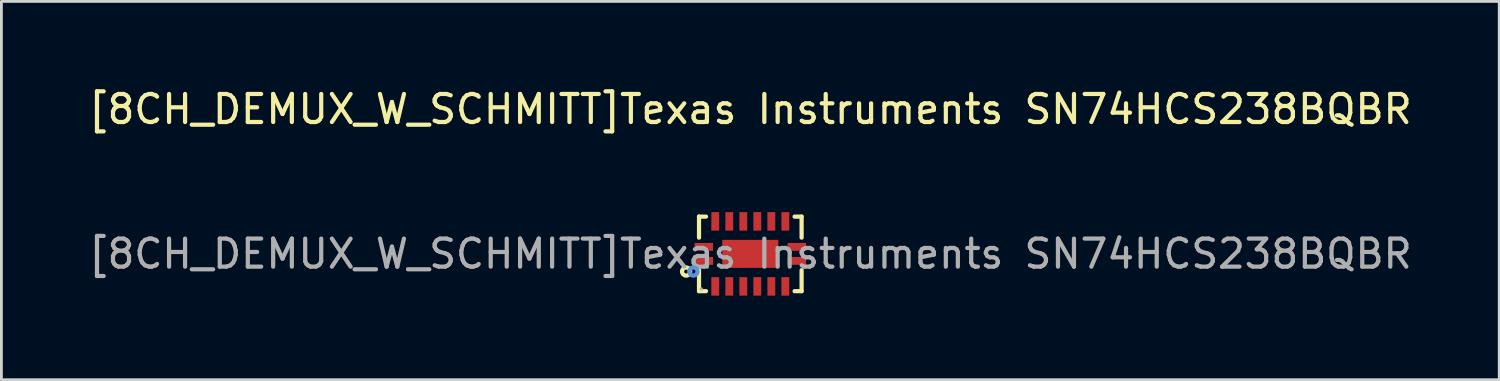
<source format=kicad_pcb>
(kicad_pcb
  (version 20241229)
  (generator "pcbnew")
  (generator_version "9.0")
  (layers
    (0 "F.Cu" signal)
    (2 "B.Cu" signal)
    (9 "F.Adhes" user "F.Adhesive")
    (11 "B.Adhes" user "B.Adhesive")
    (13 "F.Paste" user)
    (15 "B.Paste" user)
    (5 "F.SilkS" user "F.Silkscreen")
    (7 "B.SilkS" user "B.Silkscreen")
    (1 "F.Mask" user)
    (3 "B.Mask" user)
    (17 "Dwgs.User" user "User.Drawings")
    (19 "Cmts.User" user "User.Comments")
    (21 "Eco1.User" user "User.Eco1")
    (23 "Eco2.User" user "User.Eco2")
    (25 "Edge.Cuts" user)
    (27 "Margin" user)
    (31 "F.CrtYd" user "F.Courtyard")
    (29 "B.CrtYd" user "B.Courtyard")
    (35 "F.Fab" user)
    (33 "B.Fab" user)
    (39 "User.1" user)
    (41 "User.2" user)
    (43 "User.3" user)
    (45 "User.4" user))
  (footprint "[8CH_DEMUX_W_SCHMITT]Texas Instruments SN74HCS238BQBR"
    (layer "F.Cu")
    (at 23.72 6.008)
    (property "Reference" "[8CH_DEMUX_W_SCHMITT]Texas Instruments SN74HCS238BQBR" (at 0 -5.16 0) (layer "F.SilkS") (effects (font (size 1 1) (thickness 0.15))))
    (attr smd)
    (fp_line (start -1.83 -1.33) (end -1.58 -1.33) (stroke (width 0.15) (type solid)) (layer "F.SilkS"))
    (fp_line (start -1.83 -0.58) (end -1.83 -1.33) (stroke (width 0.15) (type solid)) (layer "F.SilkS"))
    (fp_line (start -1.83 0.58) (end -1.83 1.33) (stroke (width 0.15) (type solid)) (layer "F.SilkS"))
    (fp_line (start -1.83 1.33) (end -1.58 1.33) (stroke (width 0.15) (type solid)) (layer "F.SilkS"))
    (fp_line (start 1.83 -1.33) (end 1.58 -1.33) (stroke (width 0.15) (type solid)) (layer "F.SilkS"))
    (fp_line (start 1.83 -0.58) (end 1.83 -1.33) (stroke (width 0.15) (type solid)) (layer "F.SilkS"))
    (fp_line (start 1.83 0.58) (end 1.83 1.33) (stroke (width 0.15) (type solid)) (layer "F.SilkS"))
    (fp_line (start 1.83 1.33) (end 1.58 1.33) (stroke (width 0.15) (type solid)) (layer "F.SilkS"))
    (fp_circle (center -2.29 0.63) (end -2.22 0.63) (stroke (width 0.15) (type solid)) (fill no) (layer "F.SilkS"))
    (fp_circle (center -2.03 0.63) (end -1.96 0.63) (stroke (width 0.15) (type solid)) (fill no) (layer "Cmts.User"))
    (fp_circle (center -1.75 1.25) (end -1.72 1.25) (stroke (width 0.06) (type solid)) (fill no) (layer "F.Fab"))
    (fp_text user "${REFERENCE}" (at 0 0 0) (layer "F.Fab") (effects (font (size 1 1) (thickness 0.15))))
    (pad "1" smd rect (at -1.66 0.25) (size 0.66 0.28) (layers "F.Cu" "F.Mask" "F.Paste"))
    (pad "2" smd rect (at -1.25 1.16) (size 0.28 0.66) (layers "F.Cu" "F.Mask" "F.Paste"))
    (pad "3" smd rect (at -0.75 1.16) (size 0.28 0.66) (layers "F.Cu" "F.Mask" "F.Paste"))
    (pad "4" smd rect (at -0.25 1.16) (size 0.28 0.66) (layers "F.Cu" "F.Mask" "F.Paste"))
    (pad "5" smd rect (at 0.25 1.16) (size 0.28 0.66) (layers "F.Cu" "F.Mask" "F.Paste"))
    (pad "6" smd rect (at 0.75 1.16) (size 0.28 0.66) (layers "F.Cu" "F.Mask" "F.Paste"))
    (pad "7" smd rect (at 1.25 1.16) (size 0.28 0.66) (layers "F.Cu" "F.Mask" "F.Paste"))
    (pad "8" smd rect (at 1.66 0.25) (size 0.66 0.28) (layers "F.Cu" "F.Mask" "F.Paste"))
    (pad "9" smd rect (at 1.66 -0.25) (size 0.66 0.28) (layers "F.Cu" "F.Mask" "F.Paste"))
    (pad "10" smd rect (at 1.25 -1.16) (size 0.28 0.66) (layers "F.Cu" "F.Mask" "F.Paste"))
    (pad "11" smd rect (at 0.75 -1.16) (size 0.28 0.66) (layers "F.Cu" "F.Mask" "F.Paste"))
    (pad "12" smd rect (at 0.25 -1.16) (size 0.28 0.66) (layers "F.Cu" "F.Mask" "F.Paste"))
    (pad "13" smd rect (at -0.25 -1.16) (size 0.28 0.66) (layers "F.Cu" "F.Mask" "F.Paste"))
    (pad "14" smd rect (at -0.75 -1.16) (size 0.28 0.66) (layers "F.Cu" "F.Mask" "F.Paste"))
    (pad "15" smd rect (at -1.25 -1.16) (size 0.28 0.66) (layers "F.Cu" "F.Mask" "F.Paste"))
    (pad "16" smd rect (at -1.66 -0.25) (size 0.66 0.28) (layers "F.Cu" "F.Mask" "F.Paste"))
    (pad "17" smd rect (at 0 0) (size 2 1) (layers "F.Cu" "F.Mask" "F.Paste")))
  (gr_rect
    (start -3 -3)
    (end 50.44 10.498)
    (stroke (width 0.1) (type default))
    (fill no)
    (layer "Edge.Cuts")))
</source>
